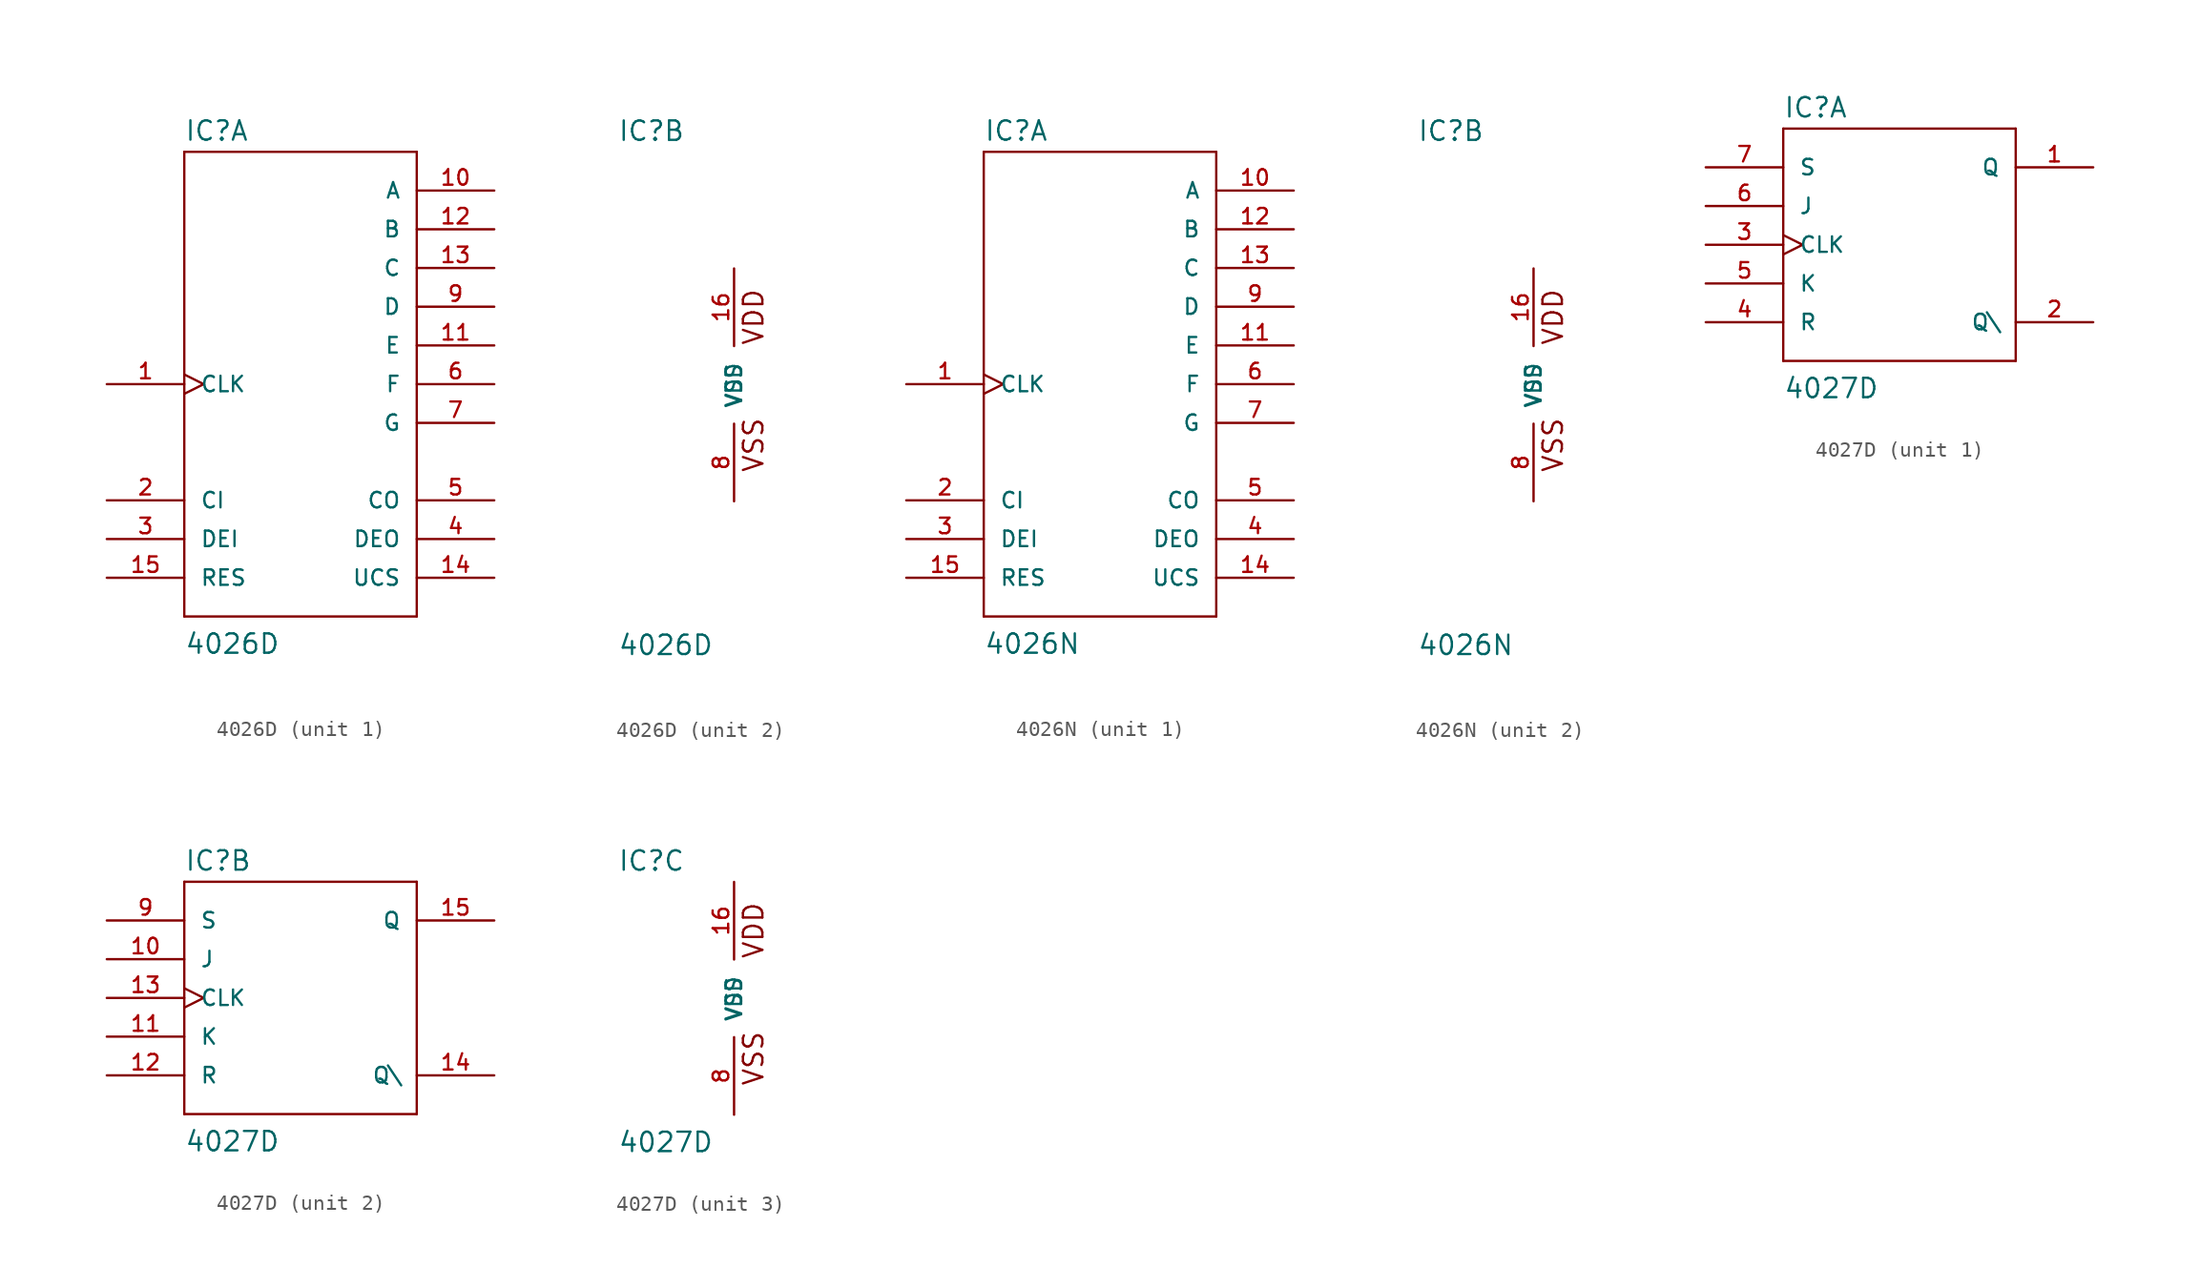
<source format=kicad_sym>
(kicad_symbol_lib
  (version 20211014)
  (generator kicad_symbol_editor)
  (symbol "4026D"
    (pin_names
      (offset 1.016))
    (property "Reference" "IC"
      (at -7.62 15.875 0)
      (effects (font (size 1.27 1.27)) (justify left bottom)))
    (property "Value" "4026D"
      (at -7.62 -17.78 0)
      (effects (font (size 1.27 1.27)) (justify left bottom)))
    (property "ki_locked" ""
      (at 0 0 0)
      (effects (font (size 1.27 1.27))))
    (symbol "4026D_1_0"
      (polyline (pts (xy -7.62 -15.24) (xy 7.62 -15.24)) (stroke (width 0) (type default) (color 0 0 0 0)) (fill (type none)))
      (polyline (pts (xy -7.62 15.24) (xy -7.62 -15.24)) (stroke (width 0) (type default) (color 0 0 0 0)) (fill (type none)))
      (polyline (pts (xy 7.62 -15.24) (xy 7.62 15.24)) (stroke (width 0) (type default) (color 0 0 0 0)) (fill (type none)))
      (polyline (pts (xy 7.62 15.24) (xy -7.62 15.24)) (stroke (width 0) (type default) (color 0 0 0 0)) (fill (type none))))
    (symbol "4026D_1_1"
      (pin input clock (at -12.7 0 0) (length 5.08) (name "CLK" (effects (font (size 1.016 1.016)))) (number "1" (effects (font (size 1.016 1.016)))))
      (pin output line (at 12.7 12.7 180) (length 5.08) (name "A" (effects (font (size 1.016 1.016)))) (number "10" (effects (font (size 1.016 1.016)))))
      (pin output line (at 12.7 2.54 180) (length 5.08) (name "E" (effects (font (size 1.016 1.016)))) (number "11" (effects (font (size 1.016 1.016)))))
      (pin output line (at 12.7 10.16 180) (length 5.08) (name "B" (effects (font (size 1.016 1.016)))) (number "12" (effects (font (size 1.016 1.016)))))
      (pin output line (at 12.7 7.62 180) (length 5.08) (name "C" (effects (font (size 1.016 1.016)))) (number "13" (effects (font (size 1.016 1.016)))))
      (pin output line (at 12.7 -12.7 180) (length 5.08) (name "UCS" (effects (font (size 1.016 1.016)))) (number "14" (effects (font (size 1.016 1.016)))))
      (pin input line (at -12.7 -12.7 0) (length 5.08) (name "RES" (effects (font (size 1.016 1.016)))) (number "15" (effects (font (size 1.016 1.016)))))
      (pin input line (at -12.7 -7.62 0) (length 5.08) (name "CI" (effects (font (size 1.016 1.016)))) (number "2" (effects (font (size 1.016 1.016)))))
      (pin input line (at -12.7 -10.16 0) (length 5.08) (name "DEI" (effects (font (size 1.016 1.016)))) (number "3" (effects (font (size 1.016 1.016)))))
      (pin output line (at 12.7 -10.16 180) (length 5.08) (name "DEO" (effects (font (size 1.016 1.016)))) (number "4" (effects (font (size 1.016 1.016)))))
      (pin output line (at 12.7 -7.62 180) (length 5.08) (name "CO" (effects (font (size 1.016 1.016)))) (number "5" (effects (font (size 1.016 1.016)))))
      (pin output line (at 12.7 0 180) (length 5.08) (name "F" (effects (font (size 1.016 1.016)))) (number "6" (effects (font (size 1.016 1.016)))))
      (pin output line (at 12.7 -2.54 180) (length 5.08) (name "G" (effects (font (size 1.016 1.016)))) (number "7" (effects (font (size 1.016 1.016)))))
      (pin output line (at 12.7 5.08 180) (length 5.08) (name "D" (effects (font (size 1.016 1.016)))) (number "9" (effects (font (size 1.016 1.016))))))
    (symbol "4026D_2_0"
      (text "VDD" (at 1.27 4.445 1) (effects (font (size 1.27 1.27))))
      (text "VSS" (at 1.27 -3.937 1) (effects (font (size 1.27 1.27)))))
    (symbol "4026D_2_1"
      (pin power_in line (at 0 7.62 270) (length 5.08) (name "VDD" (effects (font (size 1.016 1.016)))) (number "16" (effects (font (size 1.016 1.016)))))
      (pin power_in line (at 0 -7.62 90) (length 5.08) (name "VSS" (effects (font (size 1.016 1.016)))) (number "8" (effects (font (size 1.016 1.016)))))))
  (symbol "4026N"
    (pin_names
      (offset 1.016))
    (property "Reference" "IC"
      (at -7.62 15.875 0)
      (effects (font (size 1.27 1.27)) (justify left bottom)))
    (property "Value" "4026N"
      (at -7.62 -17.78 0)
      (effects (font (size 1.27 1.27)) (justify left bottom)))
    (property "ki_locked" ""
      (at 0 0 0)
      (effects (font (size 1.27 1.27))))
    (symbol "4026N_1_0"
      (polyline (pts (xy -7.62 -15.24) (xy 7.62 -15.24)) (stroke (width 0) (type default) (color 0 0 0 0)) (fill (type none)))
      (polyline (pts (xy -7.62 15.24) (xy -7.62 -15.24)) (stroke (width 0) (type default) (color 0 0 0 0)) (fill (type none)))
      (polyline (pts (xy 7.62 -15.24) (xy 7.62 15.24)) (stroke (width 0) (type default) (color 0 0 0 0)) (fill (type none)))
      (polyline (pts (xy 7.62 15.24) (xy -7.62 15.24)) (stroke (width 0) (type default) (color 0 0 0 0)) (fill (type none))))
    (symbol "4026N_1_1"
      (pin input clock (at -12.7 0 0) (length 5.08) (name "CLK" (effects (font (size 1.016 1.016)))) (number "1" (effects (font (size 1.016 1.016)))))
      (pin output line (at 12.7 12.7 180) (length 5.08) (name "A" (effects (font (size 1.016 1.016)))) (number "10" (effects (font (size 1.016 1.016)))))
      (pin output line (at 12.7 2.54 180) (length 5.08) (name "E" (effects (font (size 1.016 1.016)))) (number "11" (effects (font (size 1.016 1.016)))))
      (pin output line (at 12.7 10.16 180) (length 5.08) (name "B" (effects (font (size 1.016 1.016)))) (number "12" (effects (font (size 1.016 1.016)))))
      (pin output line (at 12.7 7.62 180) (length 5.08) (name "C" (effects (font (size 1.016 1.016)))) (number "13" (effects (font (size 1.016 1.016)))))
      (pin output line (at 12.7 -12.7 180) (length 5.08) (name "UCS" (effects (font (size 1.016 1.016)))) (number "14" (effects (font (size 1.016 1.016)))))
      (pin input line (at -12.7 -12.7 0) (length 5.08) (name "RES" (effects (font (size 1.016 1.016)))) (number "15" (effects (font (size 1.016 1.016)))))
      (pin input line (at -12.7 -7.62 0) (length 5.08) (name "CI" (effects (font (size 1.016 1.016)))) (number "2" (effects (font (size 1.016 1.016)))))
      (pin input line (at -12.7 -10.16 0) (length 5.08) (name "DEI" (effects (font (size 1.016 1.016)))) (number "3" (effects (font (size 1.016 1.016)))))
      (pin output line (at 12.7 -10.16 180) (length 5.08) (name "DEO" (effects (font (size 1.016 1.016)))) (number "4" (effects (font (size 1.016 1.016)))))
      (pin output line (at 12.7 -7.62 180) (length 5.08) (name "CO" (effects (font (size 1.016 1.016)))) (number "5" (effects (font (size 1.016 1.016)))))
      (pin output line (at 12.7 0 180) (length 5.08) (name "F" (effects (font (size 1.016 1.016)))) (number "6" (effects (font (size 1.016 1.016)))))
      (pin output line (at 12.7 -2.54 180) (length 5.08) (name "G" (effects (font (size 1.016 1.016)))) (number "7" (effects (font (size 1.016 1.016)))))
      (pin output line (at 12.7 5.08 180) (length 5.08) (name "D" (effects (font (size 1.016 1.016)))) (number "9" (effects (font (size 1.016 1.016))))))
    (symbol "4026N_2_0"
      (text "VDD" (at 1.27 4.445 1) (effects (font (size 1.27 1.27))))
      (text "VSS" (at 1.27 -3.937 1) (effects (font (size 1.27 1.27)))))
    (symbol "4026N_2_1"
      (pin power_in line (at 0 7.62 270) (length 5.08) (name "VDD" (effects (font (size 1.016 1.016)))) (number "16" (effects (font (size 1.016 1.016)))))
      (pin power_in line (at 0 -7.62 90) (length 5.08) (name "VSS" (effects (font (size 1.016 1.016)))) (number "8" (effects (font (size 1.016 1.016)))))))
  (symbol "4027D"
    (pin_names
      (offset 1.016))
    (property "Reference" "IC"
      (at -7.62 8.255 0)
      (effects (font (size 1.27 1.27)) (justify left bottom)))
    (property "Value" "4027D"
      (at -7.62 -10.16 0)
      (effects (font (size 1.27 1.27)) (justify left bottom)))
    (property "ki_locked" ""
      (at 0 0 0)
      (effects (font (size 1.27 1.27))))
    (symbol "4027D_1_0"
      (polyline (pts (xy -7.62 -7.62) (xy 7.62 -7.62)) (stroke (width 0) (type default) (color 0 0 0 0)) (fill (type none)))
      (polyline (pts (xy -7.62 7.62) (xy -7.62 -7.62)) (stroke (width 0) (type default) (color 0 0 0 0)) (fill (type none)))
      (polyline (pts (xy 7.62 -7.62) (xy 7.62 7.62)) (stroke (width 0) (type default) (color 0 0 0 0)) (fill (type none)))
      (polyline (pts (xy 7.62 7.62) (xy -7.62 7.62)) (stroke (width 0) (type default) (color 0 0 0 0)) (fill (type none))))
    (symbol "4027D_1_1"
      (pin output line (at 12.7 5.08 180) (length 5.08) (name "Q" (effects (font (size 1.016 1.016)))) (number "1" (effects (font (size 1.016 1.016)))))
      (pin output line (at 12.7 -5.08 180) (length 5.08) (name "Q\\" (effects (font (size 1.016 1.016)))) (number "2" (effects (font (size 1.016 1.016)))))
      (pin input clock (at -12.7 0 0) (length 5.08) (name "CLK" (effects (font (size 1.016 1.016)))) (number "3" (effects (font (size 1.016 1.016)))))
      (pin input line (at -12.7 -5.08 0) (length 5.08) (name "R" (effects (font (size 1.016 1.016)))) (number "4" (effects (font (size 1.016 1.016)))))
      (pin input line (at -12.7 -2.54 0) (length 5.08) (name "K" (effects (font (size 1.016 1.016)))) (number "5" (effects (font (size 1.016 1.016)))))
      (pin input line (at -12.7 2.54 0) (length 5.08) (name "J" (effects (font (size 1.016 1.016)))) (number "6" (effects (font (size 1.016 1.016)))))
      (pin input line (at -12.7 5.08 0) (length 5.08) (name "S" (effects (font (size 1.016 1.016)))) (number "7" (effects (font (size 1.016 1.016))))))
    (symbol "4027D_2_0"
      (polyline (pts (xy -7.62 -7.62) (xy 7.62 -7.62)) (stroke (width 0) (type default) (color 0 0 0 0)) (fill (type none)))
      (polyline (pts (xy -7.62 7.62) (xy -7.62 -7.62)) (stroke (width 0) (type default) (color 0 0 0 0)) (fill (type none)))
      (polyline (pts (xy 7.62 -7.62) (xy 7.62 7.62)) (stroke (width 0) (type default) (color 0 0 0 0)) (fill (type none)))
      (polyline (pts (xy 7.62 7.62) (xy -7.62 7.62)) (stroke (width 0) (type default) (color 0 0 0 0)) (fill (type none))))
    (symbol "4027D_2_1"
      (pin input line (at -12.7 2.54 0) (length 5.08) (name "J" (effects (font (size 1.016 1.016)))) (number "10" (effects (font (size 1.016 1.016)))))
      (pin input line (at -12.7 -2.54 0) (length 5.08) (name "K" (effects (font (size 1.016 1.016)))) (number "11" (effects (font (size 1.016 1.016)))))
      (pin input line (at -12.7 -5.08 0) (length 5.08) (name "R" (effects (font (size 1.016 1.016)))) (number "12" (effects (font (size 1.016 1.016)))))
      (pin input clock (at -12.7 0 0) (length 5.08) (name "CLK" (effects (font (size 1.016 1.016)))) (number "13" (effects (font (size 1.016 1.016)))))
      (pin output line (at 12.7 -5.08 180) (length 5.08) (name "Q\\" (effects (font (size 1.016 1.016)))) (number "14" (effects (font (size 1.016 1.016)))))
      (pin output line (at 12.7 5.08 180) (length 5.08) (name "Q" (effects (font (size 1.016 1.016)))) (number "15" (effects (font (size 1.016 1.016)))))
      (pin input line (at -12.7 5.08 0) (length 5.08) (name "S" (effects (font (size 1.016 1.016)))) (number "9" (effects (font (size 1.016 1.016))))))
    (symbol "4027D_3_0"
      (text "VDD" (at 1.27 4.445 1) (effects (font (size 1.27 1.27))))
      (text "VSS" (at 1.27 -3.937 1) (effects (font (size 1.27 1.27)))))
    (symbol "4027D_3_1"
      (pin power_in line (at 0 7.62 270) (length 5.08) (name "VDD" (effects (font (size 1.016 1.016)))) (number "16" (effects (font (size 1.016 1.016)))))
      (pin power_in line (at 0 -7.62 90) (length 5.08) (name "VSS" (effects (font (size 1.016 1.016)))) (number "8" (effects (font (size 1.016 1.016))))))))
</source>
